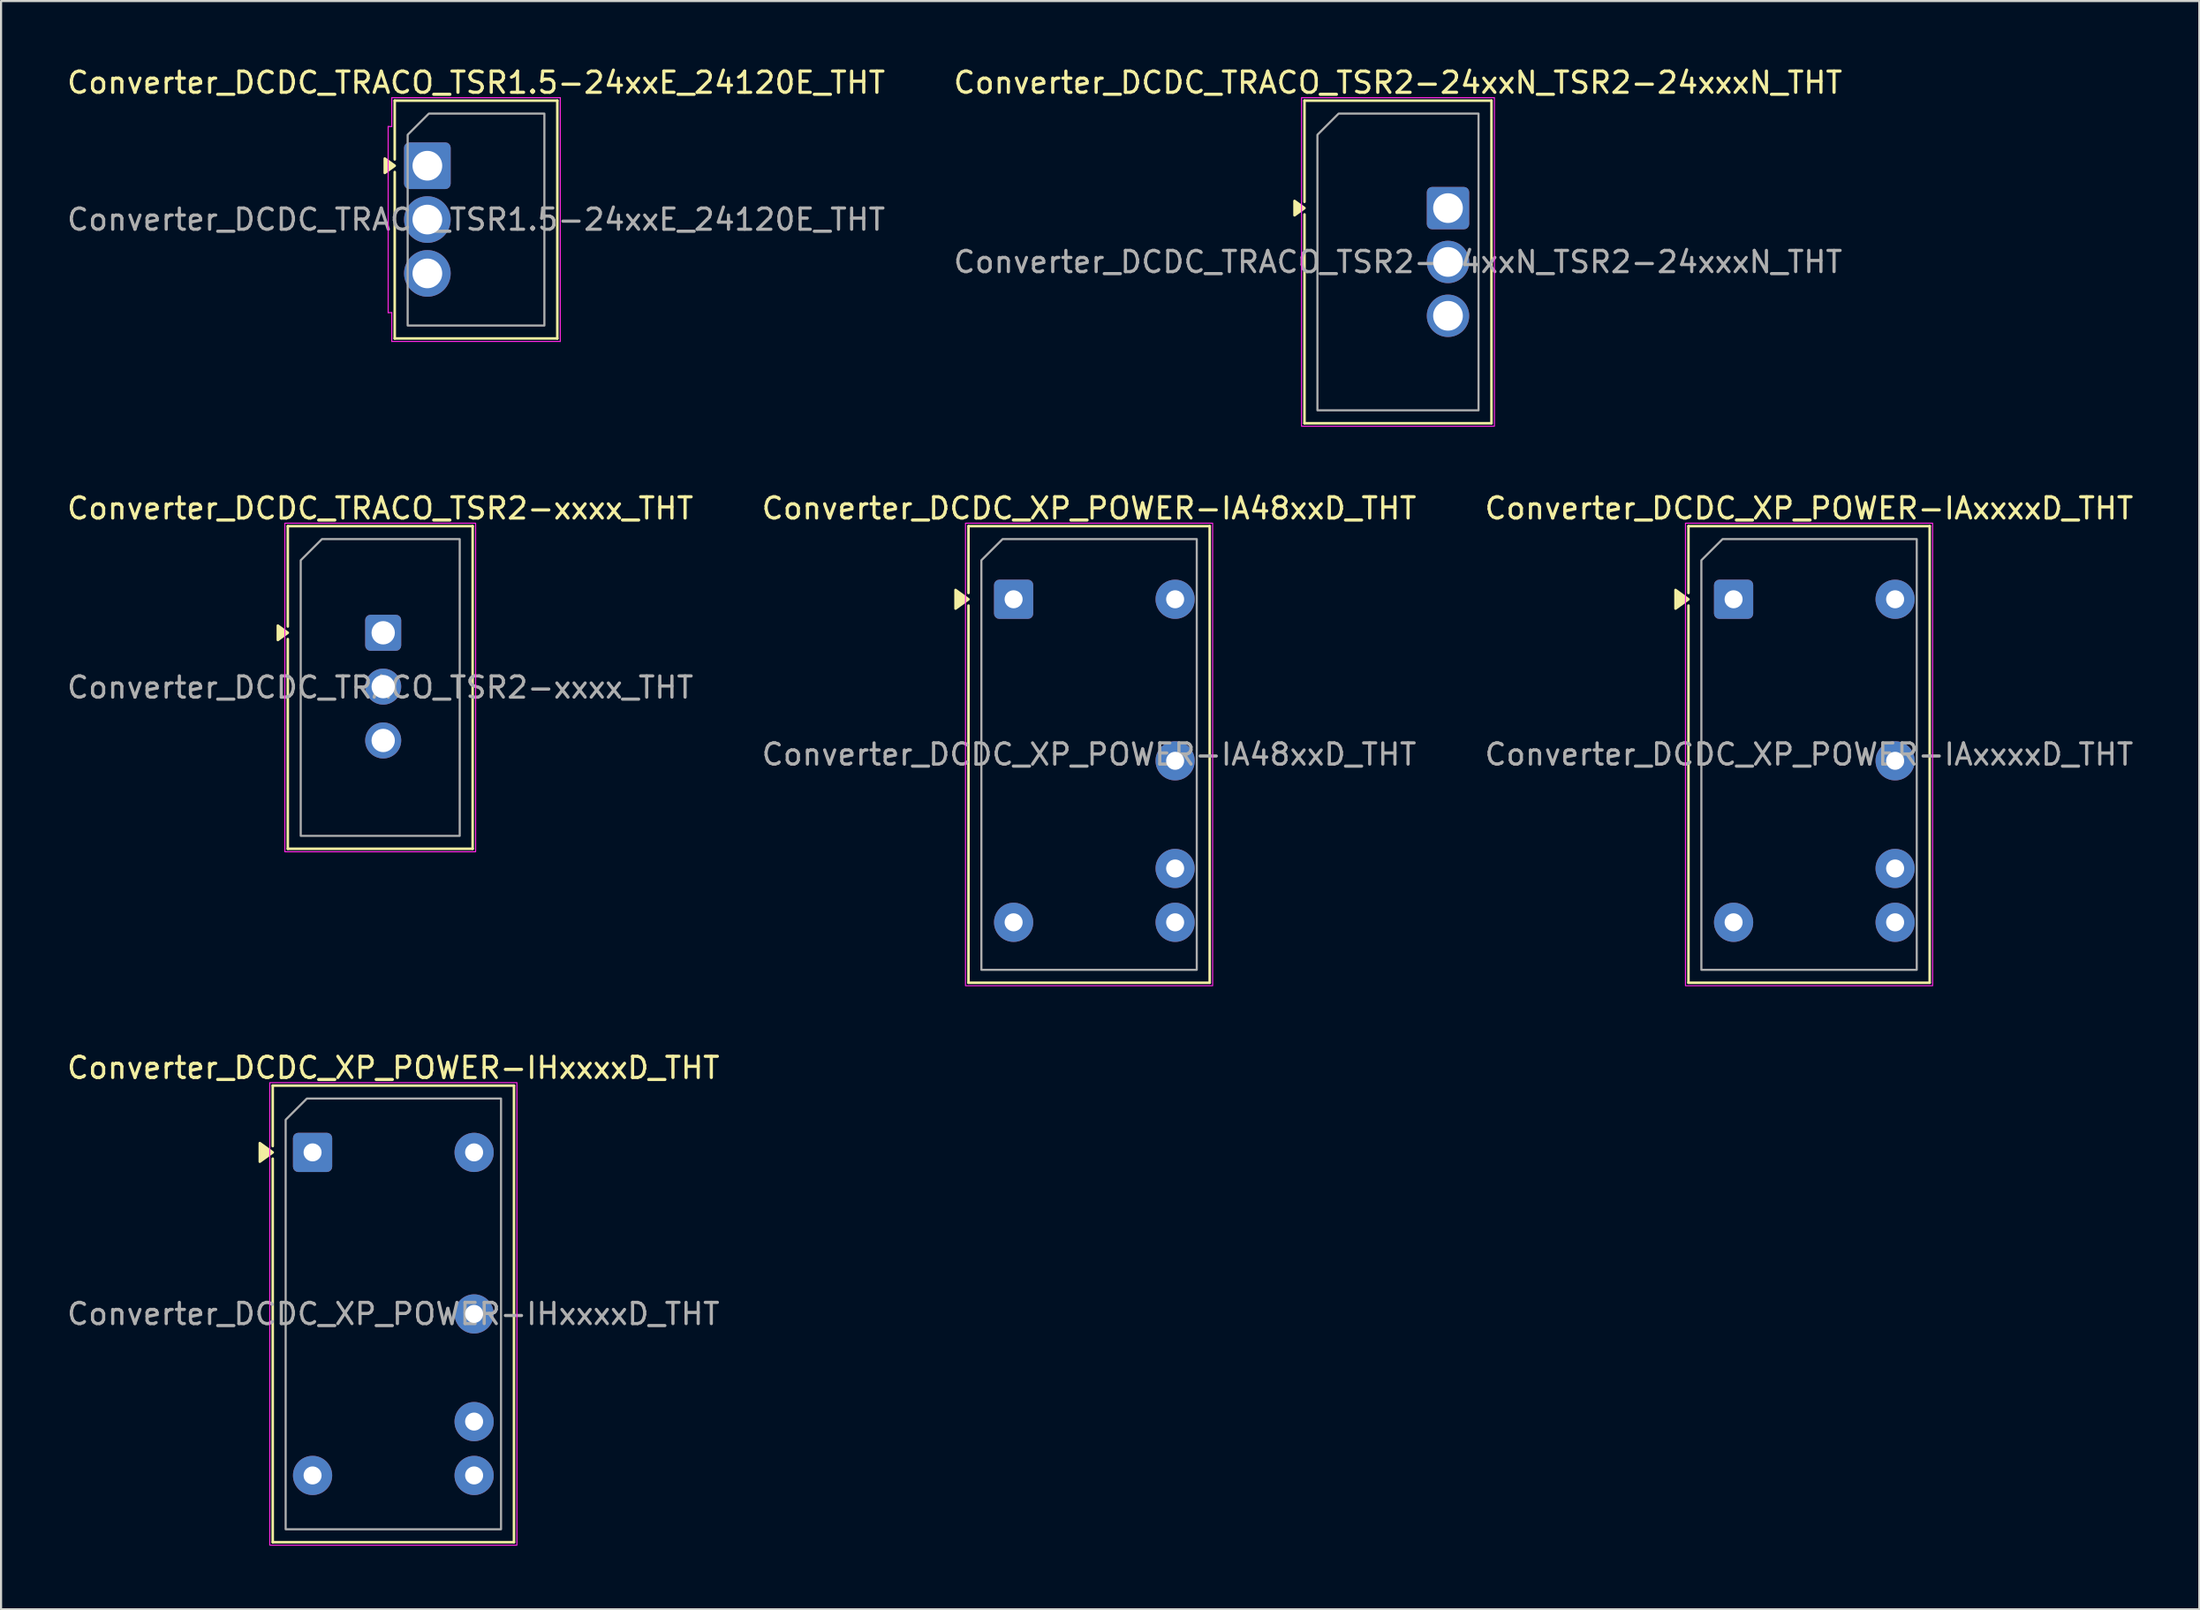
<source format=kicad_pcb>
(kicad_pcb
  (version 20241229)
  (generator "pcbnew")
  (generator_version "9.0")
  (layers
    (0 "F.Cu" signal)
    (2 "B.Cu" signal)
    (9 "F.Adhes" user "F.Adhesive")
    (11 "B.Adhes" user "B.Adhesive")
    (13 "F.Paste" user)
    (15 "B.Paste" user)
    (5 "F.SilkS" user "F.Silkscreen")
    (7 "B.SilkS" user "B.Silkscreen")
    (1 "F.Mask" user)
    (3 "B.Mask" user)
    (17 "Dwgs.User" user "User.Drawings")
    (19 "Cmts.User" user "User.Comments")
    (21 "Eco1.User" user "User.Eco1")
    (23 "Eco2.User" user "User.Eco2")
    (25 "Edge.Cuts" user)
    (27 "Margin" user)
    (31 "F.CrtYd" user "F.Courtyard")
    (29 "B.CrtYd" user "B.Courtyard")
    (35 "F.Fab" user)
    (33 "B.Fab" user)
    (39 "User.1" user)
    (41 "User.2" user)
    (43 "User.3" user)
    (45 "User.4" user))
  (footprint "Converter_DCDC_TRACO_TSR2-24xxN_TSR2-24xxxN_THT"
    (layer "F.Cu")
    (at 65.259 6.768)
    (property "Reference" "Converter_DCDC_TRACO_TSR2-24xxN_TSR2-24xxxN_THT" (at -2.36 -5.92 0) (layer "F.SilkS") (effects (font (size 1 1) (thickness 0.15))))
    (attr through_hole)
    (fp_line (start -6.77 -5.07) (end 2.05 -5.07) (stroke (width 0.12) (type solid)) (layer "F.SilkS"))
    (fp_line (start -6.77 -0.296) (end -6.77 -5.07) (stroke (width 0.12) (type solid)) (layer "F.SilkS"))
    (fp_line (start -6.77 10.15) (end -6.77 0.296) (stroke (width 0.12) (type solid)) (layer "F.SilkS"))
    (fp_line (start 2.05 -5.07) (end 2.05 10.15) (stroke (width 0.12) (type solid)) (layer "F.SilkS"))
    (fp_line (start 2.05 10.15) (end -6.77 10.15) (stroke (width 0.12) (type solid)) (layer "F.SilkS"))
    (fp_poly (pts (xy -6.77 0) (xy -7.24 0.34) (xy -7.24 -0.34)) (stroke (width 0.12) (type solid)) (fill yes) (layer "F.SilkS"))
    (fp_rect (start -6.91 -5.21) (end 2.19 10.29) (stroke (width 0.05) (type solid)) (fill no) (layer "F.CrtYd"))
    (fp_poly (pts (xy -6.16 -3.46) (xy -6.16 9.54) (xy 1.44 9.54) (xy 1.44 -4.46) (xy -5.16 -4.46)) (stroke (width 0.1) (type solid)) (fill no) (layer "F.Fab"))
    (fp_text user "${REFERENCE}" (at -2.36 2.54 0) (layer "F.Fab") (effects (font (size 1 1) (thickness 0.15))))
    (pad "1" thru_hole roundrect (at 0 0) (size 2 2) (drill 1.4) (layers "*.Cu" "*.Mask") (roundrect_rratio 0.125))
    (pad "2" thru_hole circle (at 0 2.54) (size 2 2) (drill 1.4) (layers "*.Cu" "*.Mask"))
    (pad "3" thru_hole circle (at 0 5.08) (size 2 2) (drill 1.4) (layers "*.Cu" "*.Mask")))
  (footprint "Converter_DCDC_TRACO_TSR1.5-24xxE_24120E_THT"
    (layer "F.Cu")
    (at 17.111 4.768)
    (property "Reference" "Converter_DCDC_TRACO_TSR1.5-24xxE_24120E_THT" (at 2.3 -3.92 0) (layer "F.SilkS") (effects (font (size 1 1) (thickness 0.15))))
    (attr through_hole)
    (fp_line (start -1.54 -3.07) (end 6.13 -3.07) (stroke (width 0.12) (type solid)) (layer "F.SilkS"))
    (fp_line (start -1.54 -0.296) (end -1.54 -3.07) (stroke (width 0.12) (type solid)) (layer "F.SilkS"))
    (fp_line (start -1.54 8.15) (end -1.54 0.296) (stroke (width 0.12) (type solid)) (layer "F.SilkS"))
    (fp_line (start 6.13 -3.07) (end 6.13 8.15) (stroke (width 0.12) (type solid)) (layer "F.SilkS"))
    (fp_line (start 6.13 8.15) (end -1.54 8.15) (stroke (width 0.12) (type solid)) (layer "F.SilkS"))
    (fp_poly (pts (xy -1.54 0) (xy -2.01 0.34) (xy -2.01 -0.34)) (stroke (width 0.12) (type solid)) (fill yes) (layer "F.SilkS"))
    (fp_line (start -1.85 -1.85) (end -1.68 -1.85) (stroke (width 0.05) (type solid)) (layer "F.CrtYd"))
    (fp_line (start -1.85 6.93) (end -1.85 -1.85) (stroke (width 0.05) (type solid)) (layer "F.CrtYd"))
    (fp_line (start -1.68 -3.21) (end 6.27 -3.21) (stroke (width 0.05) (type solid)) (layer "F.CrtYd"))
    (fp_line (start -1.68 -1.85) (end -1.68 -3.21) (stroke (width 0.05) (type solid)) (layer "F.CrtYd"))
    (fp_line (start -1.68 6.93) (end -1.85 6.93) (stroke (width 0.05) (type solid)) (layer "F.CrtYd"))
    (fp_line (start -1.68 8.29) (end -1.68 6.93) (stroke (width 0.05) (type solid)) (layer "F.CrtYd"))
    (fp_line (start 6.27 -3.21) (end 6.27 8.29) (stroke (width 0.05) (type solid)) (layer "F.CrtYd"))
    (fp_line (start 6.27 8.29) (end -1.68 8.29) (stroke (width 0.05) (type solid)) (layer "F.CrtYd"))
    (fp_poly (pts (xy -0.93 -1.46) (xy -0.93 7.54) (xy 5.52 7.54) (xy 5.52 -2.46) (xy 0.07 -2.46)) (stroke (width 0.1) (type solid)) (fill no) (layer "F.Fab"))
    (fp_text user "${REFERENCE}" (at 2.3 2.54 0) (layer "F.Fab") (effects (font (size 1 1) (thickness 0.15))))
    (pad "1" thru_hole roundrect (at 0 0) (size 2.2 2.2) (drill 1.4) (layers "*.Cu" "*.Mask") (roundrect_rratio 0.114))
    (pad "2" thru_hole circle (at 0 2.54) (size 2.2 2.2) (drill 1.4) (layers "*.Cu" "*.Mask"))
    (pad "3" thru_hole circle (at 0 5.08) (size 2.2 2.2) (drill 1.4) (layers "*.Cu" "*.Mask")))
  (footprint "Converter_DCDC_TRACO_TSR2-xxxx_THT"
    (layer "F.Cu")
    (at 15.027 26.802)
    (property "Reference" "Converter_DCDC_TRACO_TSR2-xxxx_THT" (at -0.14 -5.87 0) (layer "F.SilkS") (effects (font (size 1 1) (thickness 0.15))))
    (attr through_hole)
    (fp_line (start -4.5 -5.03) (end 4.22 -5.03) (stroke (width 0.12) (type solid)) (layer "F.SilkS"))
    (fp_line (start -4.5 -0.296) (end -4.5 -5.03) (stroke (width 0.12) (type solid)) (layer "F.SilkS"))
    (fp_line (start -4.5 10.19) (end -4.5 0.296) (stroke (width 0.12) (type solid)) (layer "F.SilkS"))
    (fp_line (start 4.22 -5.03) (end 4.22 10.19) (stroke (width 0.12) (type solid)) (layer "F.SilkS"))
    (fp_line (start 4.22 10.19) (end -4.5 10.19) (stroke (width 0.12) (type solid)) (layer "F.SilkS"))
    (fp_poly (pts (xy -4.5 0) (xy -4.97 0.34) (xy -4.97 -0.34)) (stroke (width 0.12) (type solid)) (fill yes) (layer "F.SilkS"))
    (fp_rect (start -4.64 -5.17) (end 4.36 10.33) (stroke (width 0.05) (type solid)) (fill no) (layer "F.CrtYd"))
    (fp_poly (pts (xy -3.89 -3.42) (xy -3.89 9.58) (xy 3.61 9.58) (xy 3.61 -4.42) (xy -2.89 -4.42)) (stroke (width 0.1) (type solid)) (fill no) (layer "F.Fab"))
    (fp_text user "${REFERENCE}" (at -0.14 2.58 0) (layer "F.Fab") (effects (font (size 1 1) (thickness 0.15))))
    (pad "1" thru_hole roundrect (at 0 0) (size 1.7 1.7) (drill 1.1) (layers "*.Cu" "*.Mask") (roundrect_rratio 0.147))
    (pad "2" thru_hole circle (at 0 2.54) (size 1.7 1.7) (drill 1.1) (layers "*.Cu" "*.Mask"))
    (pad "3" thru_hole circle (at 0 5.08) (size 1.7 1.7) (drill 1.1) (layers "*.Cu" "*.Mask")))
  (footprint "Converter_DCDC_XP_POWER-IAxxxxD_THT"
    (layer "F.Cu")
    (at 78.732 25.221)
    (property "Reference" "Converter_DCDC_XP_POWER-IAxxxxD_THT" (at 3.56 -4.29 0) (layer "F.SilkS") (effects (font (size 1 1) (thickness 0.15))))
    (attr through_hole)
    (fp_line (start -2.13 -3.45) (end 9.25 -3.45) (stroke (width 0.12) (type solid)) (layer "F.SilkS"))
    (fp_line (start -2.13 -0.296) (end -2.13 -3.45) (stroke (width 0.12) (type solid)) (layer "F.SilkS"))
    (fp_line (start -2.13 18.09) (end -2.13 0.296) (stroke (width 0.12) (type solid)) (layer "F.SilkS"))
    (fp_line (start 9.25 -3.45) (end 9.25 18.09) (stroke (width 0.12) (type solid)) (layer "F.SilkS"))
    (fp_line (start 9.25 18.09) (end -2.13 18.09) (stroke (width 0.12) (type solid)) (layer "F.SilkS"))
    (fp_poly (pts (xy -2.13 0) (xy -2.74 0.44) (xy -2.74 -0.44)) (stroke (width 0.12) (type solid)) (fill yes) (layer "F.SilkS"))
    (fp_rect (start -2.27 -3.59) (end 9.39 18.23) (stroke (width 0.05) (type solid)) (fill no) (layer "F.CrtYd"))
    (fp_poly (pts (xy -1.52 -1.84) (xy -1.52 17.48) (xy 8.64 17.48) (xy 8.64 -2.84) (xy -0.52 -2.84)) (stroke (width 0.1) (type solid)) (fill no) (layer "F.Fab"))
    (fp_text user "${REFERENCE}" (at 3.56 7.32 0) (layer "F.Fab") (effects (font (size 1 1) (thickness 0.15))))
    (pad "1" thru_hole roundrect (at 0 0) (size 1.85 1.85) (drill 0.85) (layers "*.Cu" "*.Mask") (roundrect_rratio 0.135))
    (pad "2" thru_hole circle (at 0 15.24) (size 1.85 1.85) (drill 0.85) (layers "*.Cu" "*.Mask"))
    (pad "3" thru_hole circle (at 7.62 0) (size 1.85 1.85) (drill 0.85) (layers "*.Cu" "*.Mask"))
    (pad "4" thru_hole circle (at 7.62 7.62) (size 1.85 1.85) (drill 0.85) (layers "*.Cu" "*.Mask"))
    (pad "5" thru_hole circle (at 7.62 12.7) (size 1.85 1.85) (drill 0.85) (layers "*.Cu" "*.Mask"))
    (pad "6" thru_hole circle (at 7.62 15.24) (size 1.85 1.85) (drill 0.85) (layers "*.Cu" "*.Mask")))
  (footprint "Converter_DCDC_XP_POWER-IA48xxD_THT"
    (layer "F.Cu")
    (at 44.767 25.221)
    (property "Reference" "Converter_DCDC_XP_POWER-IA48xxD_THT" (at 3.56 -4.29 0) (layer "F.SilkS") (effects (font (size 1 1) (thickness 0.15))))
    (attr through_hole)
    (fp_line (start -2.13 -3.45) (end 9.25 -3.45) (stroke (width 0.12) (type solid)) (layer "F.SilkS"))
    (fp_line (start -2.13 -0.296) (end -2.13 -3.45) (stroke (width 0.12) (type solid)) (layer "F.SilkS"))
    (fp_line (start -2.13 18.09) (end -2.13 0.296) (stroke (width 0.12) (type solid)) (layer "F.SilkS"))
    (fp_line (start 9.25 -3.45) (end 9.25 18.09) (stroke (width 0.12) (type solid)) (layer "F.SilkS"))
    (fp_line (start 9.25 18.09) (end -2.13 18.09) (stroke (width 0.12) (type solid)) (layer "F.SilkS"))
    (fp_poly (pts (xy -2.13 0) (xy -2.74 0.44) (xy -2.74 -0.44)) (stroke (width 0.12) (type solid)) (fill yes) (layer "F.SilkS"))
    (fp_rect (start -2.27 -3.59) (end 9.39 18.23) (stroke (width 0.05) (type solid)) (fill no) (layer "F.CrtYd"))
    (fp_poly (pts (xy -1.52 -1.84) (xy -1.52 17.48) (xy 8.64 17.48) (xy 8.64 -2.84) (xy -0.52 -2.84)) (stroke (width 0.1) (type solid)) (fill no) (layer "F.Fab"))
    (fp_text user "${REFERENCE}" (at 3.56 7.32 0) (layer "F.Fab") (effects (font (size 1 1) (thickness 0.15))))
    (pad "1" thru_hole roundrect (at 0 0) (size 1.85 1.85) (drill 0.85) (layers "*.Cu" "*.Mask") (roundrect_rratio 0.135))
    (pad "2" thru_hole circle (at 0 15.24) (size 1.85 1.85) (drill 0.85) (layers "*.Cu" "*.Mask"))
    (pad "3" thru_hole circle (at 7.62 0) (size 1.85 1.85) (drill 0.85) (layers "*.Cu" "*.Mask"))
    (pad "4" thru_hole circle (at 7.62 7.62) (size 1.85 1.85) (drill 0.85) (layers "*.Cu" "*.Mask"))
    (pad "5" thru_hole circle (at 7.62 12.7) (size 1.85 1.85) (drill 0.85) (layers "*.Cu" "*.Mask"))
    (pad "6" thru_hole circle (at 7.62 15.24) (size 1.85 1.85) (drill 0.85) (layers "*.Cu" "*.Mask")))
  (footprint "Converter_DCDC_XP_POWER-IHxxxxD_THT"
    (layer "F.Cu")
    (at 11.696 51.315)
    (property "Reference" "Converter_DCDC_XP_POWER-IHxxxxD_THT" (at 3.81 -3.99 0) (layer "F.SilkS") (effects (font (size 1 1) (thickness 0.15))))
    (attr through_hole)
    (fp_line (start -1.88 -3.15) (end 9.5 -3.15) (stroke (width 0.12) (type solid)) (layer "F.SilkS"))
    (fp_line (start -1.88 -0.296) (end -1.88 -3.15) (stroke (width 0.12) (type solid)) (layer "F.SilkS"))
    (fp_line (start -1.88 18.39) (end -1.88 0.296) (stroke (width 0.12) (type solid)) (layer "F.SilkS"))
    (fp_line (start 9.5 -3.15) (end 9.5 18.39) (stroke (width 0.12) (type solid)) (layer "F.SilkS"))
    (fp_line (start 9.5 18.39) (end -1.88 18.39) (stroke (width 0.12) (type solid)) (layer "F.SilkS"))
    (fp_poly (pts (xy -1.88 0) (xy -2.49 0.44) (xy -2.49 -0.44)) (stroke (width 0.12) (type solid)) (fill yes) (layer "F.SilkS"))
    (fp_rect (start -2.02 -3.29) (end 9.64 18.53) (stroke (width 0.05) (type solid)) (fill no) (layer "F.CrtYd"))
    (fp_poly (pts (xy -1.27 -1.54) (xy -1.27 17.78) (xy 8.89 17.78) (xy 8.89 -2.54) (xy -0.27 -2.54)) (stroke (width 0.1) (type solid)) (fill no) (layer "F.Fab"))
    (fp_text user "${REFERENCE}" (at 3.81 7.62 0) (layer "F.Fab") (effects (font (size 1 1) (thickness 0.15))))
    (pad "1" thru_hole roundrect (at 0 0) (size 1.85 1.85) (drill 0.85) (layers "*.Cu" "*.Mask") (roundrect_rratio 0.135))
    (pad "2" thru_hole circle (at 0 15.24) (size 1.85 1.85) (drill 0.85) (layers "*.Cu" "*.Mask"))
    (pad "3" thru_hole circle (at 7.62 0) (size 1.85 1.85) (drill 0.85) (layers "*.Cu" "*.Mask"))
    (pad "4" thru_hole circle (at 7.62 7.62) (size 1.85 1.85) (drill 0.85) (layers "*.Cu" "*.Mask"))
    (pad "5" thru_hole circle (at 7.62 12.7) (size 1.85 1.85) (drill 0.85) (layers "*.Cu" "*.Mask"))
    (pad "6" thru_hole circle (at 7.62 15.24) (size 1.85 1.85) (drill 0.85) (layers "*.Cu" "*.Mask")))
  (gr_rect
    (start -3 -3)
    (end 100.702 72.87)
    (stroke (width 0.1) (type default))
    (fill no)
    (layer "Edge.Cuts")))
</source>
